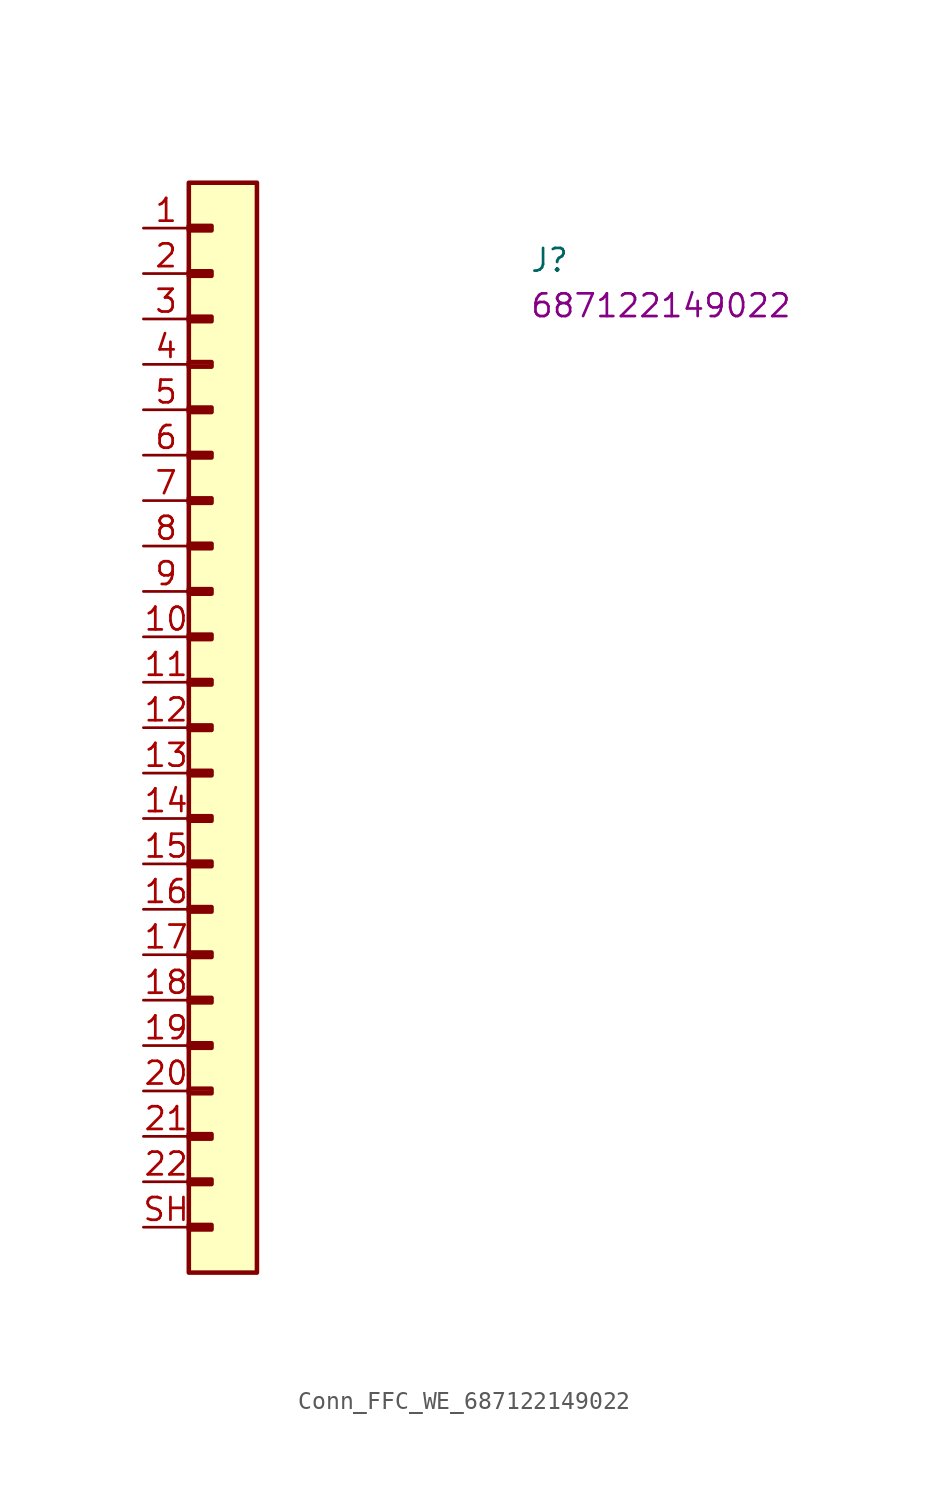
<source format=kicad_sym>
(kicad_symbol_lib
  (version 20220914)
  (generator kicad_symbol_editor)
  (symbol "Conn_FFC_WE_687122149022"
    (property "Reference" "J"
      (at 21.59 -2.54 0)
      (effects (font (size 1.27 1.27) (thickness 0.15)) (justify left bottom)))
    (property "MPN" "687122149022"
      (at 21.59 -5.08 0)
      (effects (font (size 1.27 1.27) (thickness 0.15)) (justify left bottom)))
    (symbol "Conn_FFC_WE_687122149022_1_1"
      (rectangle (start 2.54 -55.753) (end 3.81 -56.007) (stroke (width 0.254) (type default)) (fill (type background)))
      (rectangle (start 2.54 -53.213) (end 3.81 -53.467) (stroke (width 0.254) (type default)) (fill (type background)))
      (rectangle (start 2.54 -50.673) (end 3.81 -50.927) (stroke (width 0.254) (type default)) (fill (type background)))
      (rectangle (start 2.54 -48.133) (end 3.81 -48.387) (stroke (width 0.254) (type default)) (fill (type background)))
      (rectangle (start 2.54 -45.593) (end 3.81 -45.847) (stroke (width 0.254) (type default)) (fill (type background)))
      (rectangle (start 2.54 -43.053) (end 3.81 -43.307) (stroke (width 0.254) (type default)) (fill (type background)))
      (rectangle (start 2.54 -40.513) (end 3.81 -40.767) (stroke (width 0.254) (type default)) (fill (type background)))
      (rectangle (start 2.54 -37.973) (end 3.81 -38.227) (stroke (width 0.254) (type default)) (fill (type background)))
      (rectangle (start 2.54 -35.433) (end 3.81 -35.687) (stroke (width 0.254) (type default)) (fill (type background)))
      (rectangle (start 2.54 -32.893) (end 3.81 -33.147) (stroke (width 0.254) (type default)) (fill (type background)))
      (rectangle (start 2.54 -30.353) (end 3.81 -30.607) (stroke (width 0.254) (type default)) (fill (type background)))
      (rectangle (start 2.54 -27.813) (end 3.81 -28.067) (stroke (width 0.254) (type default)) (fill (type background)))
      (rectangle (start 2.54 -25.273) (end 3.81 -25.527) (stroke (width 0.254) (type default)) (fill (type background)))
      (rectangle (start 2.54 -22.733) (end 3.81 -22.987) (stroke (width 0.254) (type default)) (fill (type background)))
      (rectangle (start 2.54 -20.193) (end 3.81 -20.447) (stroke (width 0.254) (type default)) (fill (type background)))
      (rectangle (start 2.54 -17.653) (end 3.81 -17.907) (stroke (width 0.254) (type default)) (fill (type background)))
      (rectangle (start 2.54 -15.113) (end 3.81 -15.367) (stroke (width 0.254) (type default)) (fill (type background)))
      (rectangle (start 2.54 -12.573) (end 3.81 -12.827) (stroke (width 0.254) (type default)) (fill (type background)))
      (rectangle (start 2.54 -10.033) (end 3.81 -10.287) (stroke (width 0.254) (type default)) (fill (type background)))
      (rectangle (start 2.54 -7.493) (end 3.81 -7.747) (stroke (width 0.254) (type default)) (fill (type background)))
      (rectangle (start 2.54 -4.953) (end 3.81 -5.207) (stroke (width 0.254) (type default)) (fill (type background)))
      (rectangle (start 2.54 -2.413) (end 3.81 -2.667) (stroke (width 0.254) (type default)) (fill (type background)))
      (rectangle (start 2.54 0.127) (end 3.81 -0.127) (stroke (width 0.254) (type default)) (fill (type background)))
      (rectangle (start 2.54 2.54) (end 6.35 -58.42) (stroke (width 0.254) (type default)) (fill (type background)))
      (pin passive line (at 0 0 0) (length 2.54) (name "~" (effects (font (size 1.27 1.27)))) (number "1" (effects (font (size 1.27 1.27)))))
      (pin passive line (at 0 -22.86 0) (length 2.54) (name "~" (effects (font (size 1.27 1.27)))) (number "10" (effects (font (size 1.27 1.27)))))
      (pin passive line (at 0 -25.4 0) (length 2.54) (name "~" (effects (font (size 1.27 1.27)))) (number "11" (effects (font (size 1.27 1.27)))))
      (pin passive line (at 0 -27.94 0) (length 2.54) (name "~" (effects (font (size 1.27 1.27)))) (number "12" (effects (font (size 1.27 1.27)))))
      (pin passive line (at 0 -30.48 0) (length 2.54) (name "~" (effects (font (size 1.27 1.27)))) (number "13" (effects (font (size 1.27 1.27)))))
      (pin passive line (at 0 -33.02 0) (length 2.54) (name "~" (effects (font (size 1.27 1.27)))) (number "14" (effects (font (size 1.27 1.27)))))
      (pin passive line (at 0 -35.56 0) (length 2.54) (name "~" (effects (font (size 1.27 1.27)))) (number "15" (effects (font (size 1.27 1.27)))))
      (pin passive line (at 0 -38.1 0) (length 2.54) (name "~" (effects (font (size 1.27 1.27)))) (number "16" (effects (font (size 1.27 1.27)))))
      (pin passive line (at 0 -40.64 0) (length 2.54) (name "~" (effects (font (size 1.27 1.27)))) (number "17" (effects (font (size 1.27 1.27)))))
      (pin passive line (at 0 -43.18 0) (length 2.54) (name "~" (effects (font (size 1.27 1.27)))) (number "18" (effects (font (size 1.27 1.27)))))
      (pin passive line (at 0 -45.72 0) (length 2.54) (name "~" (effects (font (size 1.27 1.27)))) (number "19" (effects (font (size 1.27 1.27)))))
      (pin passive line (at 0 -2.54 0) (length 2.54) (name "~" (effects (font (size 1.27 1.27)))) (number "2" (effects (font (size 1.27 1.27)))))
      (pin passive line (at 0 -48.26 0) (length 2.54) (name "~" (effects (font (size 1.27 1.27)))) (number "20" (effects (font (size 1.27 1.27)))))
      (pin passive line (at 0 -50.8 0) (length 2.54) (name "~" (effects (font (size 1.27 1.27)))) (number "21" (effects (font (size 1.27 1.27)))))
      (pin passive line (at 0 -53.34 0) (length 2.54) (name "~" (effects (font (size 1.27 1.27)))) (number "22" (effects (font (size 1.27 1.27)))))
      (pin passive line (at 0 -5.08 0) (length 2.54) (name "~" (effects (font (size 1.27 1.27)))) (number "3" (effects (font (size 1.27 1.27)))))
      (pin passive line (at 0 -7.62 0) (length 2.54) (name "~" (effects (font (size 1.27 1.27)))) (number "4" (effects (font (size 1.27 1.27)))))
      (pin passive line (at 0 -10.16 0) (length 2.54) (name "~" (effects (font (size 1.27 1.27)))) (number "5" (effects (font (size 1.27 1.27)))))
      (pin passive line (at 0 -12.7 0) (length 2.54) (name "~" (effects (font (size 1.27 1.27)))) (number "6" (effects (font (size 1.27 1.27)))))
      (pin passive line (at 0 -15.24 0) (length 2.54) (name "~" (effects (font (size 1.27 1.27)))) (number "7" (effects (font (size 1.27 1.27)))))
      (pin passive line (at 0 -17.78 0) (length 2.54) (name "~" (effects (font (size 1.27 1.27)))) (number "8" (effects (font (size 1.27 1.27)))))
      (pin passive line (at 0 -20.32 0) (length 2.54) (name "~" (effects (font (size 1.27 1.27)))) (number "9" (effects (font (size 1.27 1.27)))))
      (pin passive line (at 0 -55.88 0) (length 2.54) (name "~" (effects (font (size 1.27 1.27)))) (number "SH" (effects (font (size 1.27 1.27))))))))
</source>
